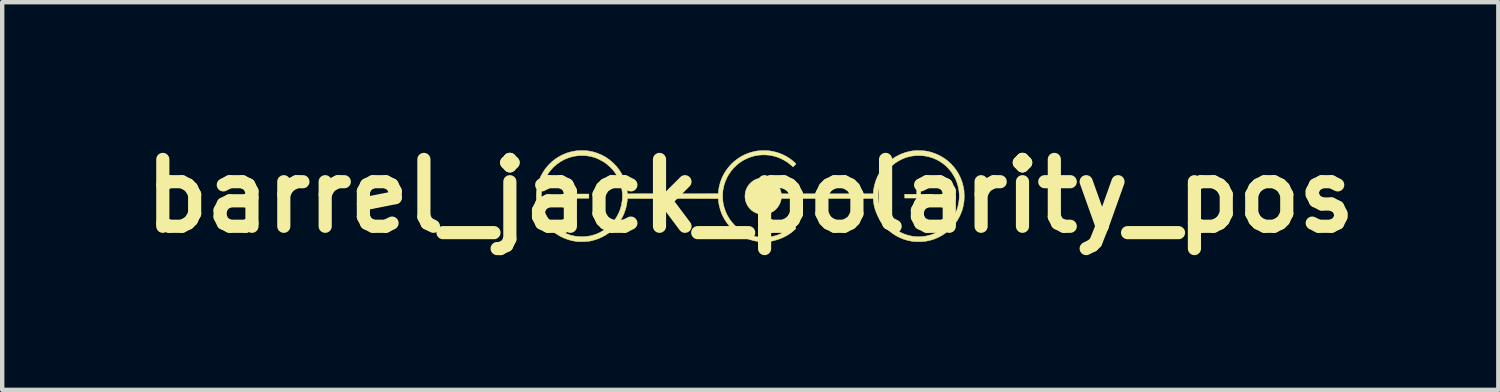
<source format=kicad_pcb>
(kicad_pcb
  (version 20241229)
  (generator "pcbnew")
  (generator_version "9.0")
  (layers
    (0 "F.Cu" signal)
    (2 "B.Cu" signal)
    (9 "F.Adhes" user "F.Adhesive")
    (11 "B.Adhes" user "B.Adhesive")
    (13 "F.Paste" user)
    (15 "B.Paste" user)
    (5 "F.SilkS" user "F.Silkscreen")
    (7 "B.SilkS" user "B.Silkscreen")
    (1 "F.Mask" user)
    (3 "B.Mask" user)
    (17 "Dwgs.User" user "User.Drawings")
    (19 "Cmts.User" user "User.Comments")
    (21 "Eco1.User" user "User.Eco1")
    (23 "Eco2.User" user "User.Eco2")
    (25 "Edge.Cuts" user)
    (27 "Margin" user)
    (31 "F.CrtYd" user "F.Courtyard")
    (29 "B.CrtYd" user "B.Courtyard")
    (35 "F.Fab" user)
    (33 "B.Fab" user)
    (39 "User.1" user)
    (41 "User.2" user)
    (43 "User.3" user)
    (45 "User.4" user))
  (footprint "barrel_jack_polarity_pos"
    (layer "F.Cu")
    (at 14.05 1.418)
    (property "Reference" "barrel_jack_polarity_pos" (at 0 0 0) (layer "F.SilkS") (effects (font (size 1.524 1.524) (thickness 0.3))))
    (attr through_hole)
    (fp_poly (pts (xy -3.678 0.051) (xy -3.998 0.051) (xy -3.998 -0.046) (xy -3.678 -0.046) (xy -3.678 0.051)) (stroke (width 0.01) (type solid)) (fill yes) (layer "F.SilkS"))
    (fp_poly (pts (xy 3.886 -0.041) (xy 4.161 -0.041) (xy 4.161 0.046) (xy 3.886 0.046) (xy 3.886 0.32) (xy 3.795 0.32) (xy 3.795 0.046) (xy 3.52 0.046) (xy 3.52 -0.041) (xy 3.795 -0.041) (xy 3.795 -0.315) (xy 3.886 -0.315) (xy 3.886 -0.041)) (stroke (width 0.01) (type solid)) (fill yes) (layer "F.SilkS"))
    (fp_poly (pts (xy 3.898 -1.035) (xy 3.951 -1.031) (xy 3.999 -1.026) (xy 4.041 -1.019) (xy 4.044 -1.019) (xy 4.144 -0.992) (xy 4.24 -0.957) (xy 4.331 -0.914) (xy 4.417 -0.863) (xy 4.497 -0.804) (xy 4.57 -0.739) (xy 4.636 -0.666) (xy 4.696 -0.588) (xy 4.748 -0.504) (xy 4.792 -0.415) (xy 4.828 -0.321) (xy 4.854 -0.223) (xy 4.869 -0.146) (xy 4.873 -0.109) (xy 4.875 -0.066) (xy 4.877 -0.018) (xy 4.877 0.031) (xy 4.875 0.078) (xy 4.872 0.12) (xy 4.869 0.147) (xy 4.853 0.235) (xy 4.831 0.317) (xy 4.801 0.397) (xy 4.773 0.46) (xy 4.724 0.548) (xy 4.667 0.631) (xy 4.603 0.707) (xy 4.532 0.777) (xy 4.455 0.84) (xy 4.373 0.895) (xy 4.286 0.942) (xy 4.195 0.98) (xy 4.1 1.01) (xy 4.003 1.03) (xy 3.956 1.036) (xy 3.92 1.039) (xy 3.878 1.04) (xy 3.832 1.041) (xy 3.787 1.04) (xy 3.744 1.038) (xy 3.708 1.034) (xy 3.701 1.034) (xy 3.601 1.015) (xy 3.504 0.987) (xy 3.411 0.95) (xy 3.323 0.904) (xy 3.239 0.85) (xy 3.161 0.789) (xy 3.089 0.72) (xy 3.023 0.644) (xy 2.965 0.562) (xy 2.915 0.474) (xy 2.904 0.451) (xy 2.87 0.372) (xy 2.842 0.291) (xy 2.822 0.211) (xy 2.809 0.133) (xy 2.806 0.102) (xy 2.803 0.056) (xy 0.707 0.056) (xy 0.704 0.079) (xy 0.693 0.123) (xy 0.675 0.17) (xy 0.651 0.217) (xy 0.622 0.259) (xy 0.581 0.305) (xy 0.533 0.344) (xy 0.48 0.375) (xy 0.424 0.397) (xy 0.365 0.412) (xy 0.304 0.418) (xy 0.242 0.416) (xy 0.182 0.404) (xy 0.125 0.383) (xy 0.069 0.353) (xy 0.02 0.316) (xy -0.024 0.271) (xy -0.06 0.221) (xy -0.088 0.166) (xy -0.108 0.108) (xy -0.119 0.046) (xy -0.12 0.013) (xy 2.917 0.013) (xy 2.917 0.036) (xy 2.924 0.125) (xy 2.939 0.21) (xy 2.962 0.292) (xy 2.993 0.374) (xy 2.994 0.376) (xy 3.037 0.46) (xy 3.087 0.539) (xy 3.144 0.611) (xy 3.209 0.677) (xy 3.279 0.736) (xy 3.354 0.788) (xy 3.434 0.833) (xy 3.518 0.869) (xy 3.605 0.897) (xy 3.694 0.917) (xy 3.786 0.927) (xy 3.879 0.927) (xy 3.919 0.924) (xy 4.013 0.911) (xy 4.103 0.889) (xy 4.189 0.859) (xy 4.257 0.827) (xy 4.309 0.799) (xy 4.355 0.77) (xy 4.399 0.739) (xy 4.442 0.702) (xy 4.487 0.659) (xy 4.491 0.655) (xy 4.534 0.61) (xy 4.571 0.568) (xy 4.602 0.525) (xy 4.631 0.48) (xy 4.659 0.429) (xy 4.663 0.422) (xy 4.702 0.334) (xy 4.731 0.244) (xy 4.751 0.154) (xy 4.762 0.063) (xy 4.764 -0.028) (xy 4.756 -0.119) (xy 4.74 -0.208) (xy 4.716 -0.294) (xy 4.683 -0.379) (xy 4.641 -0.459) (xy 4.592 -0.536) (xy 4.535 -0.608) (xy 4.471 -0.675) (xy 4.399 -0.736) (xy 4.32 -0.79) (xy 4.315 -0.793) (xy 4.233 -0.837) (xy 4.146 -0.872) (xy 4.057 -0.898) (xy 3.965 -0.915) (xy 3.871 -0.922) (xy 3.778 -0.921) (xy 3.684 -0.911) (xy 3.593 -0.891) (xy 3.536 -0.873) (xy 3.461 -0.842) (xy 3.386 -0.804) (xy 3.313 -0.758) (xy 3.246 -0.707) (xy 3.184 -0.651) (xy 3.144 -0.608) (xy 3.083 -0.53) (xy 3.032 -0.448) (xy 2.99 -0.362) (xy 2.957 -0.272) (xy 2.934 -0.18) (xy 2.92 -0.084) (xy 2.917 0.013) (xy -0.12 0.013) (xy -0.12 -0.018) (xy -0.112 -0.083) (xy -0.095 -0.144) (xy -0.069 -0.201) (xy -0.034 -0.253) (xy -0.013 -0.278) (xy 0.03 -0.32) (xy 0.076 -0.353) (xy 0.125 -0.379) (xy 0.18 -0.398) (xy 0.181 -0.399) (xy 0.243 -0.412) (xy 0.306 -0.415) (xy 0.368 -0.408) (xy 0.428 -0.393) (xy 0.486 -0.368) (xy 0.54 -0.334) (xy 0.58 -0.301) (xy 0.619 -0.259) (xy 0.652 -0.211) (xy 0.678 -0.16) (xy 0.697 -0.107) (xy 0.702 -0.085) (xy 0.708 -0.051) (xy 2.804 -0.051) (xy 2.804 -0.074) (xy 2.805 -0.089) (xy 2.807 -0.111) (xy 2.81 -0.136) (xy 2.812 -0.152) (xy 2.832 -0.251) (xy 2.861 -0.347) (xy 2.898 -0.439) (xy 2.944 -0.526) (xy 2.998 -0.608) (xy 3.059 -0.684) (xy 3.126 -0.754) (xy 3.2 -0.817) (xy 3.28 -0.874) (xy 3.365 -0.923) (xy 3.456 -0.964) (xy 3.551 -0.997) (xy 3.649 -1.021) (xy 3.698 -1.029) (xy 3.741 -1.033) (xy 3.79 -1.036) (xy 3.843 -1.036) (xy 3.898 -1.035)) (stroke (width 0.01) (type solid)) (fill yes) (layer "F.SilkS"))
    (fp_poly (pts (xy -3.802 -1.036) (xy -3.754 -1.034) (xy -3.712 -1.031) (xy -3.692 -1.028) (xy -3.59 -1.009) (xy -3.492 -0.979) (xy -3.399 -0.941) (xy -3.309 -0.894) (xy -3.224 -0.837) (xy -3.145 -0.772) (xy -3.12 -0.749) (xy -3.048 -0.674) (xy -2.985 -0.593) (xy -2.932 -0.508) (xy -2.886 -0.417) (xy -2.85 -0.322) (xy -2.823 -0.222) (xy -2.805 -0.118) (xy -2.802 -0.085) (xy -2.798 -0.051) (xy -1.764 -0.052) (xy -0.729 -0.053) (xy -0.725 -0.099) (xy -0.716 -0.172) (xy -0.7 -0.248) (xy -0.678 -0.324) (xy -0.651 -0.399) (xy -0.619 -0.467) (xy -0.611 -0.483) (xy -0.557 -0.573) (xy -0.496 -0.656) (xy -0.428 -0.732) (xy -0.353 -0.8) (xy -0.272 -0.86) (xy -0.186 -0.913) (xy -0.094 -0.957) (xy 0.003 -0.992) (xy 0.104 -1.018) (xy 0.108 -1.019) (xy 0.149 -1.026) (xy 0.197 -1.031) (xy 0.25 -1.034) (xy 0.304 -1.036) (xy 0.358 -1.036) (xy 0.407 -1.033) (xy 0.449 -1.029) (xy 0.547 -1.01) (xy 0.644 -0.983) (xy 0.736 -0.946) (xy 0.825 -0.901) (xy 0.908 -0.849) (xy 0.984 -0.789) (xy 1.014 -0.762) (xy 1.027 -0.749) (xy 1.037 -0.739) (xy 1.041 -0.733) (xy 1.041 -0.732) (xy 1.038 -0.727) (xy 1.029 -0.717) (xy 1.016 -0.703) (xy 1.009 -0.696) (xy 0.976 -0.664) (xy 0.931 -0.703) (xy 0.855 -0.764) (xy 0.774 -0.815) (xy 0.691 -0.857) (xy 0.606 -0.891) (xy 0.519 -0.915) (xy 0.43 -0.931) (xy 0.341 -0.938) (xy 0.253 -0.937) (xy 0.165 -0.928) (xy 0.078 -0.91) (xy -0.007 -0.884) (xy -0.089 -0.85) (xy -0.168 -0.809) (xy -0.243 -0.759) (xy -0.314 -0.702) (xy -0.38 -0.638) (xy -0.44 -0.566) (xy -0.494 -0.486) (xy -0.525 -0.431) (xy -0.565 -0.344) (xy -0.596 -0.253) (xy -0.617 -0.157) (xy -0.623 -0.123) (xy -0.626 -0.088) (xy -0.628 -0.046) (xy -0.629 -0.000165) (xy -0.628 0.047) (xy -0.626 0.091) (xy -0.622 0.131) (xy -0.618 0.162) (xy -0.595 0.26) (xy -0.563 0.353) (xy -0.523 0.44) (xy -0.473 0.523) (xy -0.416 0.6) (xy -0.356 0.666) (xy -0.283 0.732) (xy -0.205 0.79) (xy -0.122 0.838) (xy -0.034 0.878) (xy 0.059 0.909) (xy 0.157 0.931) (xy 0.17 0.933) (xy 0.21 0.938) (xy 0.257 0.941) (xy 0.308 0.941) (xy 0.359 0.94) (xy 0.408 0.937) (xy 0.451 0.932) (xy 0.462 0.93) (xy 0.542 0.913) (xy 0.617 0.891) (xy 0.688 0.863) (xy 0.757 0.829) (xy 0.824 0.787) (xy 0.893 0.737) (xy 0.958 0.684) (xy 0.978 0.666) (xy 1.011 0.702) (xy 1.043 0.738) (xy 1.011 0.769) (xy 0.941 0.829) (xy 0.863 0.882) (xy 0.78 0.929) (xy 0.691 0.969) (xy 0.597 1.001) (xy 0.501 1.025) (xy 0.489 1.027) (xy 0.467 1.031) (xy 0.447 1.034) (xy 0.427 1.036) (xy 0.403 1.037) (xy 0.375 1.038) (xy 0.341 1.039) (xy 0.31 1.039) (xy 0.262 1.038) (xy 0.223 1.037) (xy 0.189 1.035) (xy 0.157 1.032) (xy 0.127 1.027) (xy 0.095 1.021) (xy 0.059 1.012) (xy 0.053 1.011) (xy -0.044 0.981) (xy -0.137 0.942) (xy -0.225 0.894) (xy -0.308 0.839) (xy -0.386 0.775) (xy -0.457 0.705) (xy -0.521 0.628) (xy -0.578 0.544) (xy -0.627 0.455) (xy -0.639 0.429) (xy -0.666 0.361) (xy -0.689 0.289) (xy -0.708 0.215) (xy -0.721 0.144) (xy -0.725 0.103) (xy -0.729 0.058) (xy -1.764 0.057) (xy -2.798 0.056) (xy -2.802 0.09) (xy -2.816 0.194) (xy -2.84 0.294) (xy -2.873 0.389) (xy -2.907 0.465) (xy -2.958 0.555) (xy -3.016 0.638) (xy -3.082 0.715) (xy -3.154 0.785) (xy -3.232 0.848) (xy -3.317 0.902) (xy -3.406 0.948) (xy -3.5 0.986) (xy -3.599 1.015) (xy -3.657 1.027) (xy -3.686 1.031) (xy -3.722 1.034) (xy -3.763 1.037) (xy -3.807 1.039) (xy -3.85 1.04) (xy -3.891 1.04) (xy -3.927 1.039) (xy -3.956 1.036) (xy -3.96 1.036) (xy -4.063 1.017) (xy -4.162 0.99) (xy -4.257 0.953) (xy -4.347 0.908) (xy -4.431 0.855) (xy -4.51 0.795) (xy -4.583 0.727) (xy -4.649 0.652) (xy -4.708 0.57) (xy -4.759 0.482) (xy -4.77 0.46) (xy -4.81 0.366) (xy -4.841 0.271) (xy -4.862 0.173) (xy -4.874 0.074) (xy -4.875 0.018) (xy -4.761 0.018) (xy -4.757 0.086) (xy -4.75 0.15) (xy -4.745 0.18) (xy -4.722 0.272) (xy -4.69 0.36) (xy -4.649 0.444) (xy -4.601 0.522) (xy -4.546 0.595) (xy -4.485 0.662) (xy -4.417 0.723) (xy -4.344 0.776) (xy -4.266 0.822) (xy -4.184 0.86) (xy -4.098 0.891) (xy -4.009 0.912) (xy -3.917 0.924) (xy -3.823 0.927) (xy -3.813 0.927) (xy -3.781 0.925) (xy -3.747 0.922) (xy -3.715 0.919) (xy -3.694 0.917) (xy -3.605 0.898) (xy -3.518 0.871) (xy -3.432 0.833) (xy -3.349 0.787) (xy -3.283 0.742) (xy -3.255 0.72) (xy -3.223 0.692) (xy -3.19 0.66) (xy -3.157 0.626) (xy -3.127 0.593) (xy -3.102 0.564) (xy -3.092 0.55) (xy -3.039 0.467) (xy -2.995 0.383) (xy -2.961 0.296) (xy -2.936 0.206) (xy -2.92 0.112) (xy -2.916 0.07) (xy -2.913 -0.023) (xy -2.921 -0.116) (xy -2.938 -0.209) (xy -2.964 -0.299) (xy -2.998 -0.386) (xy -3.042 -0.469) (xy -3.093 -0.548) (xy -3.116 -0.577) (xy -3.145 -0.611) (xy -3.18 -0.647) (xy -3.219 -0.684) (xy -3.258 -0.718) (xy -3.294 -0.747) (xy -3.302 -0.753) (xy -3.333 -0.773) (xy -3.37 -0.795) (xy -3.412 -0.817) (xy -3.454 -0.839) (xy -3.496 -0.858) (xy -3.533 -0.873) (xy -3.55 -0.879) (xy -3.64 -0.903) (xy -3.732 -0.918) (xy -3.826 -0.923) (xy -3.919 -0.92) (xy -4.011 -0.907) (xy -4.102 -0.885) (xy -4.189 -0.854) (xy -4.244 -0.829) (xy -4.329 -0.781) (xy -4.408 -0.725) (xy -4.481 -0.663) (xy -4.545 -0.593) (xy -4.603 -0.518) (xy -4.652 -0.436) (xy -4.693 -0.35) (xy -4.725 -0.259) (xy -4.745 -0.178) (xy -4.754 -0.117) (xy -4.759 -0.051) (xy -4.761 0.018) (xy -4.875 0.018) (xy -4.876 -0.026) (xy -4.869 -0.125) (xy -4.852 -0.223) (xy -4.826 -0.319) (xy -4.791 -0.413) (xy -4.768 -0.462) (xy -4.717 -0.552) (xy -4.659 -0.636) (xy -4.593 -0.712) (xy -4.521 -0.782) (xy -4.443 -0.844) (xy -4.359 -0.898) (xy -4.269 -0.944) (xy -4.175 -0.982) (xy -4.077 -1.01) (xy -3.982 -1.028) (xy -3.945 -1.033) (xy -3.9 -1.035) (xy -3.851 -1.036) (xy -3.802 -1.036)) (stroke (width 0.01) (type solid)) (fill yes) (layer "F.SilkS")))
  (gr_rect
    (start -3 -3)
    (end 31.1 5.836)
    (stroke (width 0.1) (type default))
    (fill no)
    (layer "Edge.Cuts")))
</source>
